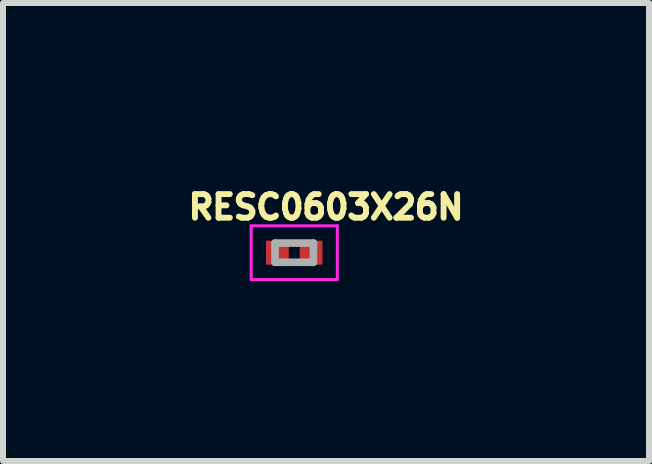
<source format=kicad_pcb>
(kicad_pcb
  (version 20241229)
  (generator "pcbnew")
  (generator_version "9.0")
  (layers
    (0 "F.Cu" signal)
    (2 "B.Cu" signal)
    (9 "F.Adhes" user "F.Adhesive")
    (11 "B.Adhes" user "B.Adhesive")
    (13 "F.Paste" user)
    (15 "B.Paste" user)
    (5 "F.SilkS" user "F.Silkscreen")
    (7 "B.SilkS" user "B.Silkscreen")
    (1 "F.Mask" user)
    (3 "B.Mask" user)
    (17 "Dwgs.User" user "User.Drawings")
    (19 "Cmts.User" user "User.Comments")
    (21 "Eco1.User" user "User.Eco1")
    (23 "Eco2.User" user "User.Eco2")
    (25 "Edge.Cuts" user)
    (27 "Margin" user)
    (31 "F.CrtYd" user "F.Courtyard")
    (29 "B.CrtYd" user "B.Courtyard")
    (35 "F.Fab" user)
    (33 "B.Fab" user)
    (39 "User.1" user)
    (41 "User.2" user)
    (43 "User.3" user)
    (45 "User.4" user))
  (footprint "RESC0603X26N"
    (layer "F.Cu")
    (at 1.856 1.163)
    (property "Reference" "RESC0603X26N" (at 0.53 -0.76 0) (layer "F.SilkS") (effects (font (size 0.394 0.394) (thickness 0.15))))
    (attr smd)
    (fp_line (start -0.718 -0.448) (end 0.718 -0.448) (stroke (width 0.05) (type solid)) (layer "F.CrtYd"))
    (fp_line (start -0.718 0.448) (end -0.718 -0.448) (stroke (width 0.05) (type solid)) (layer "F.CrtYd"))
    (fp_line (start -0.718 0.448) (end 0.718 0.448) (stroke (width 0.05) (type solid)) (layer "F.CrtYd"))
    (fp_line (start 0.718 0.448) (end 0.718 -0.448) (stroke (width 0.05) (type solid)) (layer "F.CrtYd"))
    (fp_line (start -0.32 0.16) (end -0.32 -0.16) (stroke (width 0.127) (type solid)) (layer "F.Fab"))
    (fp_line (start 0.32 -0.16) (end -0.32 -0.16) (stroke (width 0.127) (type solid)) (layer "F.Fab"))
    (fp_line (start 0.32 0.16) (end -0.32 0.16) (stroke (width 0.127) (type solid)) (layer "F.Fab"))
    (fp_line (start 0.32 0.16) (end 0.32 -0.16) (stroke (width 0.127) (type solid)) (layer "F.Fab"))
    (pad "1" smd rect (at -0.281 0) (size 0.38 0.4) (layers "F.Cu" "F.Mask" "F.Paste"))
    (pad "2" smd rect (at 0.281 0) (size 0.38 0.4) (layers "F.Cu" "F.Mask" "F.Paste")))
  (gr_rect
    (start -3 -3)
    (end 7.772 4.636)
    (stroke (width 0.1) (type default))
    (fill no)
    (layer "Edge.Cuts")))
</source>
